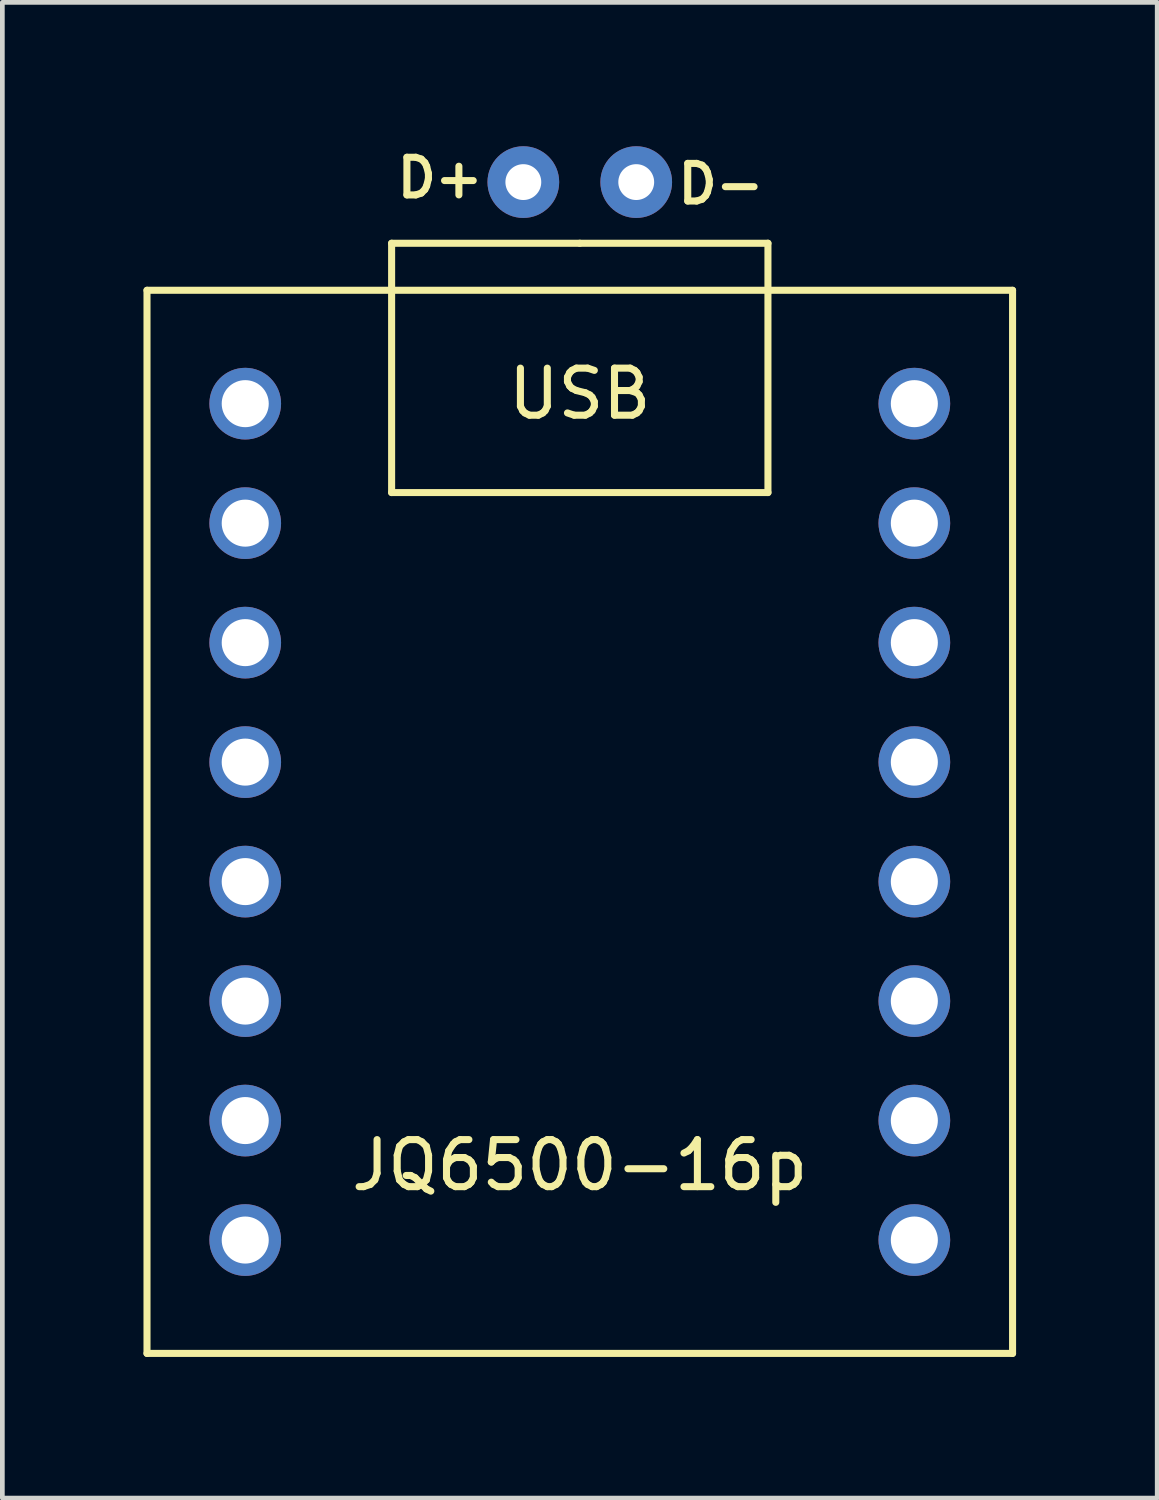
<source format=kicad_pcb>
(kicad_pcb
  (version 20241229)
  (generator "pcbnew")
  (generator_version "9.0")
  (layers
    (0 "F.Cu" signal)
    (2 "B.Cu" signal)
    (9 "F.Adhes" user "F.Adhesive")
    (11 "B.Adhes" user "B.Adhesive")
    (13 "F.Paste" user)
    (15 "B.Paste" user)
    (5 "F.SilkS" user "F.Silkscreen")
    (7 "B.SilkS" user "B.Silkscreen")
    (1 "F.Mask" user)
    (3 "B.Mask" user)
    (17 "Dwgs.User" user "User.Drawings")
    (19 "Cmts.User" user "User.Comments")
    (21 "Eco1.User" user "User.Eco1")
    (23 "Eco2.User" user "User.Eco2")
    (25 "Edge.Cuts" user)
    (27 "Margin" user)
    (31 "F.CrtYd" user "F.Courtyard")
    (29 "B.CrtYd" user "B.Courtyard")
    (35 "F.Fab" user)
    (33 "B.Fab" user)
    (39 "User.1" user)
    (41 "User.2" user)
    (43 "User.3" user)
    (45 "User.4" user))
  (footprint "JQ6500-16p"
    (layer "F.Cu")
    (at 9.275 14.421)
    (property "Reference" "JQ6500-16p" (at 0 7.3 0) (layer "F.SilkS") (effects (font (size 1 1) (thickness 0.15))))
    (attr through_hole)
    (fp_line (start -9.2 -11.3) (end -9.2 11.3) (stroke (width 0.15) (type solid)) (layer "F.SilkS"))
    (fp_line (start -9.2 -11.3) (end 9.2 -11.3) (stroke (width 0.15) (type solid)) (layer "F.SilkS"))
    (fp_line (start -9.2 11.3) (end 9.2 11.3) (stroke (width 0.15) (type solid)) (layer "F.SilkS"))
    (fp_line (start -4 -12.3) (end -4 -7) (stroke (width 0.15) (type solid)) (layer "F.SilkS"))
    (fp_line (start -4 -7) (end 4 -7) (stroke (width 0.15) (type solid)) (layer "F.SilkS"))
    (fp_line (start 0 -12.3) (end -4 -12.3) (stroke (width 0.15) (type solid)) (layer "F.SilkS"))
    (fp_line (start 4 -12.3) (end 0 -12.3) (stroke (width 0.15) (type solid)) (layer "F.SilkS"))
    (fp_line (start 4 -7) (end 4 -12.3) (stroke (width 0.15) (type solid)) (layer "F.SilkS"))
    (fp_line (start 9.2 -11.3) (end 9.2 11.3) (stroke (width 0.15) (type solid)) (layer "F.SilkS"))
    (fp_text user "USB" (at 0 -9.1 0) (layer "F.SilkS") (effects (font (size 1 1) (thickness 0.15))))
    (fp_text user "D-" (at 3 -13.56 0) (layer "F.SilkS") (effects (font (size 0.8 0.8) (thickness 0.15))))
    (fp_text user "D+" (at -2.97 -13.69 0) (layer "F.SilkS") (effects (font (size 0.8 0.8) (thickness 0.15))))
    (pad "1" thru_hole circle (at -7.112 -8.89) (size 1.524 1.524) (drill 1) (layers "*.Cu" "*.Mask"))
    (pad "2" thru_hole circle (at -7.112 -6.35) (size 1.524 1.524) (drill 1) (layers "*.Cu" "*.Mask"))
    (pad "3" thru_hole circle (at -7.112 -3.81) (size 1.524 1.524) (drill 1) (layers "*.Cu" "*.Mask"))
    (pad "4" thru_hole circle (at -7.112 -1.27) (size 1.524 1.524) (drill 1) (layers "*.Cu" "*.Mask"))
    (pad "5" thru_hole circle (at -7.112 1.27) (size 1.524 1.524) (drill 1) (layers "*.Cu" "*.Mask"))
    (pad "6" thru_hole circle (at -7.112 3.81) (size 1.524 1.524) (drill 1) (layers "*.Cu" "*.Mask"))
    (pad "7" thru_hole circle (at -7.112 6.35) (size 1.524 1.524) (drill 1) (layers "*.Cu" "*.Mask"))
    (pad "8" thru_hole circle (at -7.112 8.89) (size 1.524 1.524) (drill 1) (layers "*.Cu" "*.Mask"))
    (pad "9" thru_hole circle (at 7.112 8.89) (size 1.524 1.524) (drill 1) (layers "*.Cu" "*.Mask"))
    (pad "10" thru_hole circle (at 7.112 6.35) (size 1.524 1.524) (drill 1) (layers "*.Cu" "*.Mask"))
    (pad "11" thru_hole circle (at 7.112 3.81) (size 1.524 1.524) (drill 1) (layers "*.Cu" "*.Mask"))
    (pad "12" thru_hole circle (at 7.112 1.27) (size 1.524 1.524) (drill 1) (layers "*.Cu" "*.Mask"))
    (pad "13" thru_hole circle (at 7.112 -1.27) (size 1.524 1.524) (drill 1) (layers "*.Cu" "*.Mask"))
    (pad "14" thru_hole circle (at 7.112 -3.81) (size 1.524 1.524) (drill 1) (layers "*.Cu" "*.Mask"))
    (pad "15" thru_hole circle (at 7.112 -6.35) (size 1.524 1.524) (drill 1) (layers "*.Cu" "*.Mask"))
    (pad "16" thru_hole circle (at 7.112 -8.89) (size 1.524 1.524) (drill 1) (layers "*.Cu" "*.Mask"))
    (pad "17" thru_hole circle (at 1.2 -13.6) (size 1.524 1.524) (drill 0.762) (layers "*.Cu" "*.Mask"))
    (pad "18" thru_hole circle (at -1.2 -13.6) (size 1.524 1.524) (drill 0.762) (layers "*.Cu" "*.Mask")))
  (gr_rect
    (start -3 -3)
    (end 21.55 28.796)
    (stroke (width 0.1) (type default))
    (fill no)
    (layer "Edge.Cuts")))
</source>
